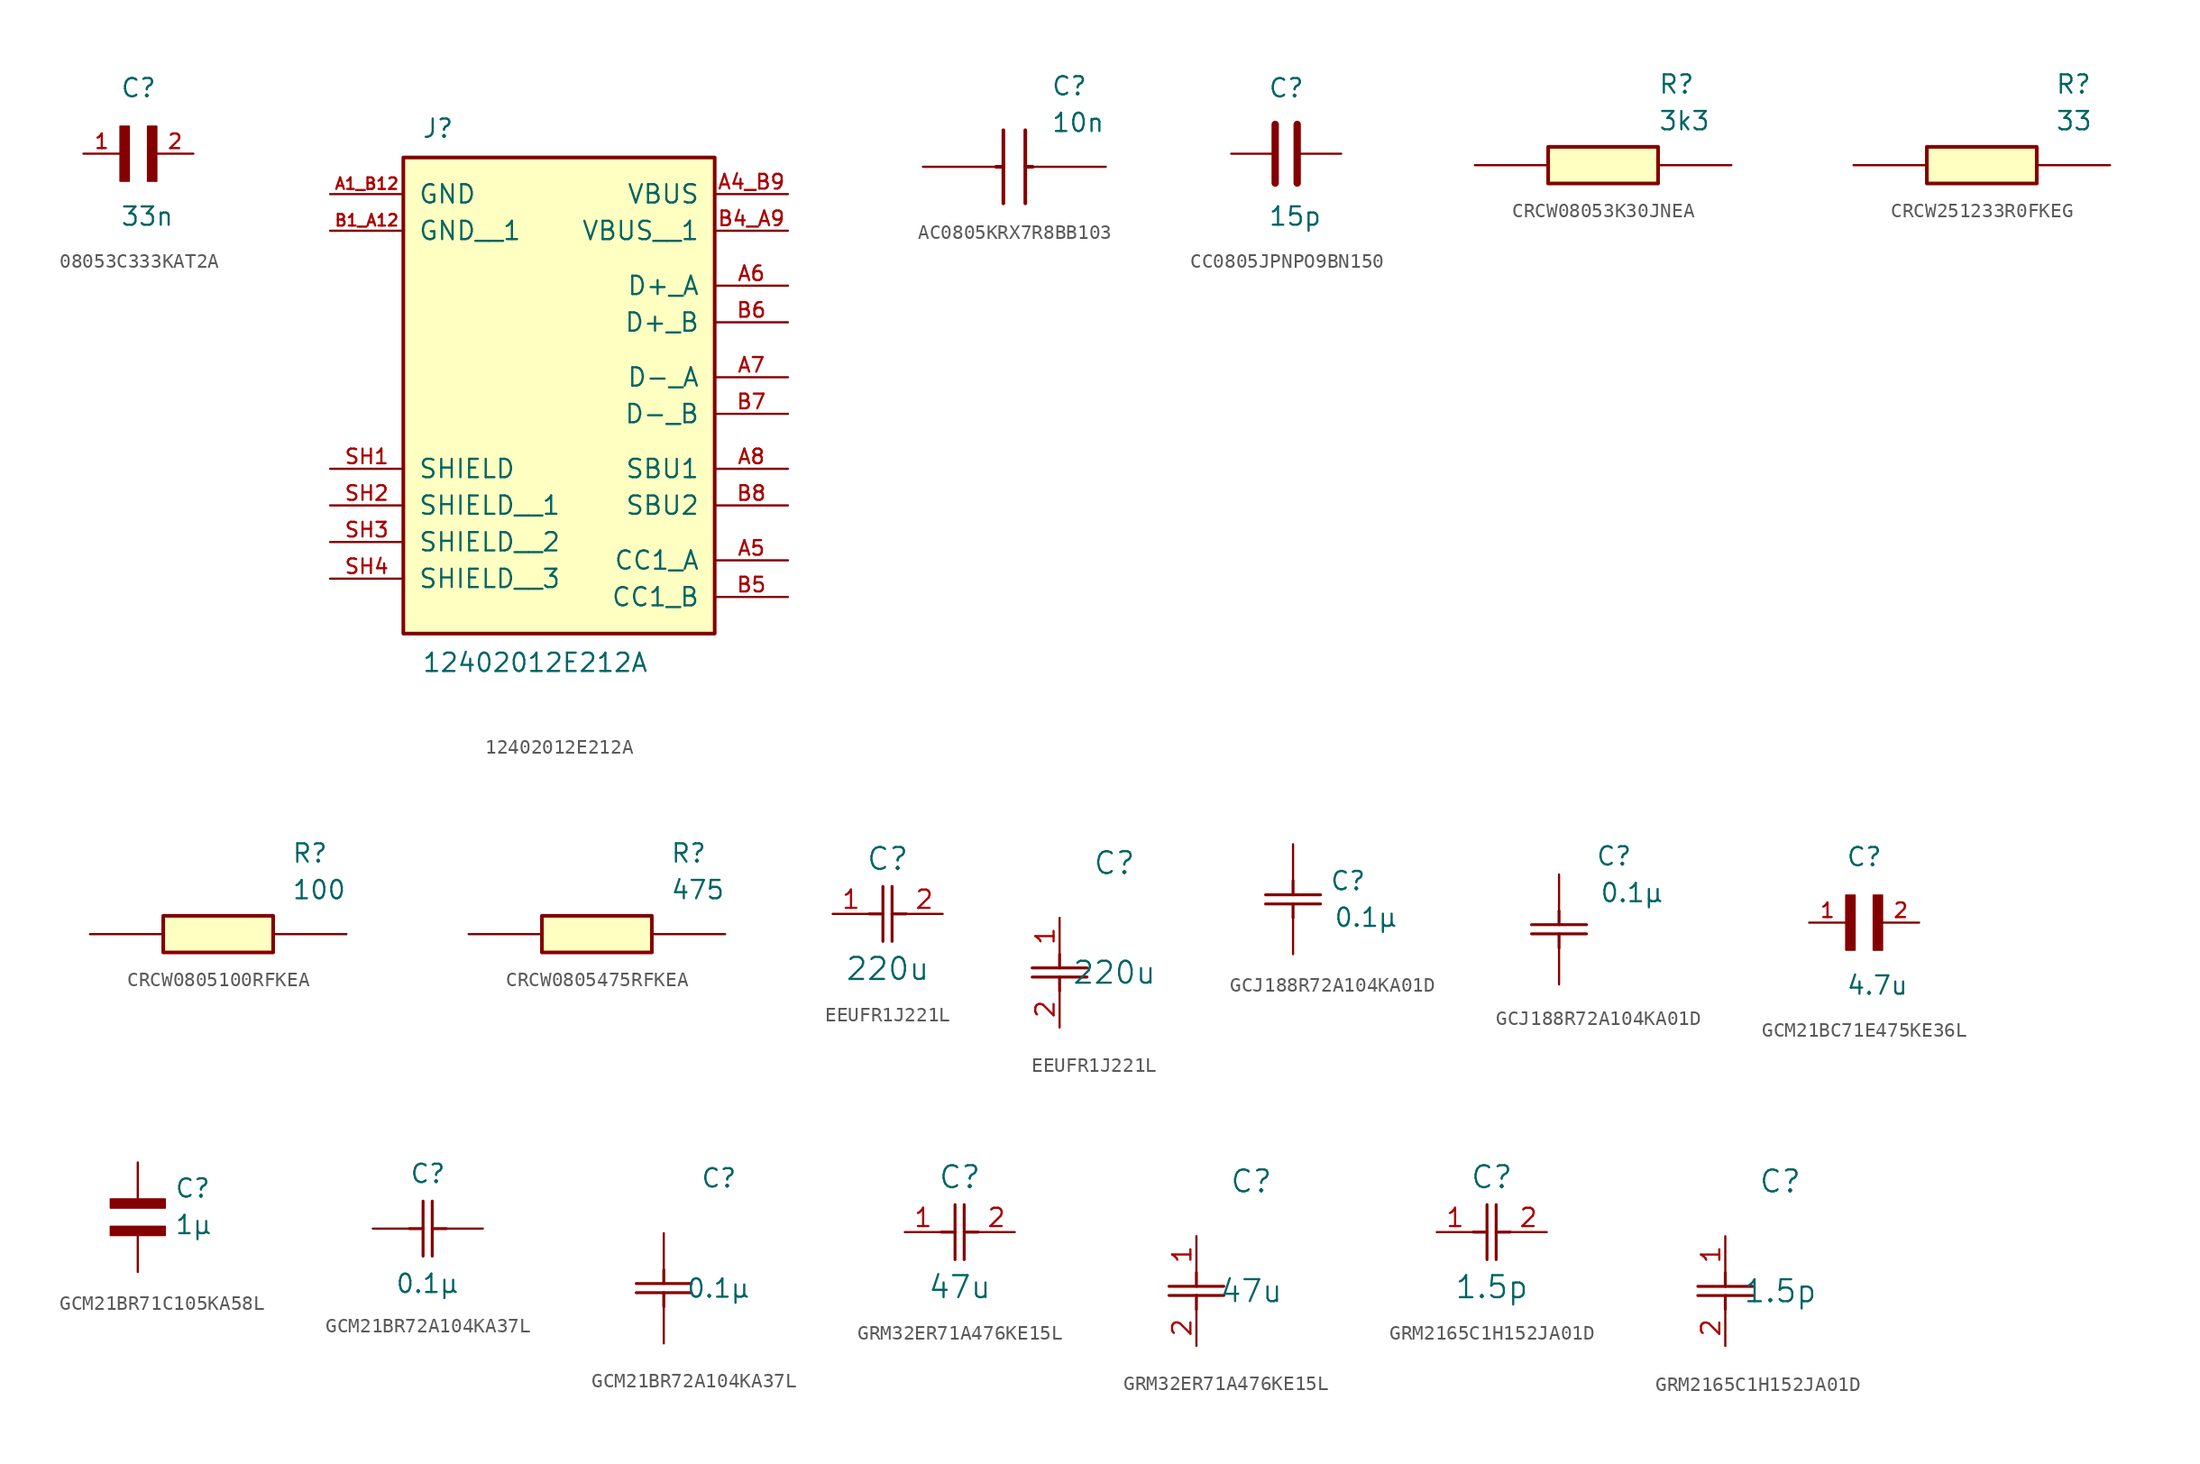
<source format=kicad_sym>
(kicad_symbol_lib
  (version 20220914)
  (generator kicad_symbol_editor)
  (symbol "08053C333KAT2A"
    (pin_names
      (offset 1.016))
    (property "Reference" "C"
      (at 0 3.811 0)
      (effects (font (size 1.27 1.27)) (justify left bottom)))
    (property "Value" "33n"
      (at 0 -5.088 0)
      (effects (font (size 1.27 1.27)) (justify left bottom)))
    (symbol "08053C333KAT2A_0_0"
      (rectangle (start 0 -1.907) (end 0.635 1.905) (stroke (width 0.1) (type default)) (fill (type outline)))
      (rectangle (start 1.907 -1.907) (end 2.54 1.905) (stroke (width 0.1) (type default)) (fill (type outline)))
      (pin passive line (at -2.54 0 0) (length 2.54) (name "~" (effects (font (size 1.016 1.016)))) (number "1" (effects (font (size 1.016 1.016)))))
      (pin passive line (at 5.08 0 180) (length 2.54) (name "~" (effects (font (size 1.016 1.016)))) (number "2" (effects (font (size 1.016 1.016)))))))
  (symbol "12402012E212A"
    (pin_names
      (offset 1.016))
    (property "Reference" "J"
      (at -7.62 8.89 0)
      (effects (font (size 1.27 1.27)) (justify left bottom)))
    (property "Value" "12402012E212A"
      (at -7.62 -26.67 0)
      (effects (font (size 1.27 1.27)) (justify left top)))
    (symbol "12402012E212A_0_0"
      (rectangle (start -8.89 7.62) (end 12.7 -25.4) (stroke (width 0.254) (type default)) (fill (type background))))
    (symbol "12402012E212A_1_0"
      (pin power_in line (at -13.97 5.08 0) (length 5.08) (name "GND" (effects (font (size 1.27 1.27)))) (number "A1_B12" (effects (font (size 0.8 0.8)))))
      (pin power_in line (at 17.78 5.08 180) (length 5.08) (name "VBUS" (effects (font (size 1.27 1.27)))) (number "A4_B9" (effects (font (size 1.016 1.016)))))
      (pin bidirectional line (at 17.78 -20.32 180) (length 5.08) (name "CC1_A" (effects (font (size 1.27 1.27)))) (number "A5" (effects (font (size 1.016 1.016)))))
      (pin bidirectional line (at 17.78 -1.27 180) (length 5.08) (name "D+_A" (effects (font (size 1.27 1.27)))) (number "A6" (effects (font (size 1.016 1.016)))))
      (pin bidirectional line (at 17.78 -7.62 180) (length 5.08) (name "D-_A" (effects (font (size 1.27 1.27)))) (number "A7" (effects (font (size 1.016 1.016)))))
      (pin bidirectional line (at 17.78 -13.97 180) (length 5.08) (name "SBU1" (effects (font (size 1.27 1.27)))) (number "A8" (effects (font (size 1.016 1.016)))))
      (pin power_in line (at -13.97 2.54 0) (length 5.08) (name "GND__1" (effects (font (size 1.27 1.27)))) (number "B1_A12" (effects (font (size 0.8 0.8)))))
      (pin power_in line (at 17.78 2.54 180) (length 5.08) (name "VBUS__1" (effects (font (size 1.27 1.27)))) (number "B4_A9" (effects (font (size 1.016 1.016)))))
      (pin bidirectional line (at 17.78 -22.86 180) (length 5.08) (name "CC1_B" (effects (font (size 1.27 1.27)))) (number "B5" (effects (font (size 1.016 1.016)))))
      (pin bidirectional line (at 17.78 -3.81 180) (length 5.08) (name "D+_B" (effects (font (size 1.27 1.27)))) (number "B6" (effects (font (size 1.016 1.016)))))
      (pin bidirectional line (at 17.78 -10.16 180) (length 5.08) (name "D-_B" (effects (font (size 1.27 1.27)))) (number "B7" (effects (font (size 1.016 1.016)))))
      (pin bidirectional line (at 17.78 -16.51 180) (length 5.08) (name "SBU2" (effects (font (size 1.27 1.27)))) (number "B8" (effects (font (size 1.016 1.016)))))
      (pin passive line (at -13.97 -13.97 0) (length 5.08) (name "SHIELD" (effects (font (size 1.27 1.27)))) (number "SH1" (effects (font (size 1.016 1.016)))))
      (pin passive line (at -13.97 -16.51 0) (length 5.08) (name "SHIELD__1" (effects (font (size 1.27 1.27)))) (number "SH2" (effects (font (size 1.016 1.016)))))
      (pin passive line (at -13.97 -19.05 0) (length 5.08) (name "SHIELD__2" (effects (font (size 1.27 1.27)))) (number "SH3" (effects (font (size 1.016 1.016)))))
      (pin passive line (at -13.97 -21.59 0) (length 5.08) (name "SHIELD__3" (effects (font (size 1.27 1.27)))) (number "SH4" (effects (font (size 1.016 1.016)))))))
  (symbol "AC0805KRX7R8BB103"
    (pin_numbers hide)
    (pin_names
      (offset 0) hide)
    (property "Reference" "C"
      (at 8.89 6.35 0)
      (effects (font (size 1.27 1.27)) (justify left top)))
    (property "Value" "10n"
      (at 8.89 3.81 0)
      (effects (font (size 1.27 1.27)) (justify left top)))
    (symbol "AC0805KRX7R8BB103_1_1"
      (polyline (pts (xy 5.08 0) (xy 5.588 0)) (stroke (width 0.254) (type default)) (fill (type none)))
      (polyline (pts (xy 5.588 2.54) (xy 5.588 -2.54)) (stroke (width 0.254) (type default)) (fill (type none)))
      (polyline (pts (xy 7.112 0) (xy 7.62 0)) (stroke (width 0.254) (type default)) (fill (type none)))
      (polyline (pts (xy 7.112 2.54) (xy 7.112 -2.54)) (stroke (width 0.254) (type default)) (fill (type none)))
      (pin passive line (at 0 0 0) (length 5.08) (name "1" (effects (font (size 1.27 1.27)))) (number "1" (effects (font (size 1.27 1.27)))))
      (pin passive line (at 12.7 0 180) (length 5.08) (name "2" (effects (font (size 1.27 1.27)))) (number "2" (effects (font (size 1.27 1.27)))))))
  (symbol "CC0805JPNPO9BN150"
    (pin_numbers hide)
    (pin_names
      (offset 0) hide)
    (property "Reference" "C"
      (at -1.27 3.81 0)
      (effects (font (size 1.27 1.27)) (justify left bottom)))
    (property "Value" "15p"
      (at -1.27 -5.08 0)
      (effects (font (size 1.27 1.27)) (justify left bottom)))
    (symbol "CC0805JPNPO9BN150_0_1"
      (polyline (pts (xy -0.762 -2.032) (xy -0.762 2.032)) (stroke (width 0.508) (type default)) (fill (type none)))
      (polyline (pts (xy 0.762 -2.032) (xy 0.762 2.032)) (stroke (width 0.508) (type default)) (fill (type none))))
    (symbol "CC0805JPNPO9BN150_1_1"
      (pin passive line (at -3.81 0 0) (length 2.794) (name "~" (effects (font (size 1.27 1.27)))) (number "1" (effects (font (size 1.27 1.27)))))
      (pin passive line (at 3.81 0 180) (length 2.794) (name "~" (effects (font (size 1.27 1.27)))) (number "2" (effects (font (size 1.27 1.27)))))))
  (symbol "CRCW08053K30JNEA"
    (pin_numbers hide)
    (pin_names
      (offset 0) hide)
    (property "Reference" "R"
      (at 12.7 6.35 0)
      (effects (font (size 1.27 1.27)) (justify left top)))
    (property "Value" "3k3"
      (at 12.7 3.81 0)
      (effects (font (size 1.27 1.27)) (justify left top)))
    (symbol "CRCW08053K30JNEA_1_1"
      (rectangle (start 5.08 1.27) (end 12.7 -1.27) (stroke (width 0.254) (type default)) (fill (type background)))
      (pin passive line (at 0 0 0) (length 5.08) (name "1" (effects (font (size 1.27 1.27)))) (number "1" (effects (font (size 1.27 1.27)))))
      (pin passive line (at 17.78 0 180) (length 5.08) (name "2" (effects (font (size 1.27 1.27)))) (number "2" (effects (font (size 1.27 1.27)))))))
  (symbol "CRCW251233R0FKEG"
    (pin_numbers hide)
    (pin_names
      (offset 0) hide)
    (property "Reference" "R"
      (at 13.97 6.35 0)
      (effects (font (size 1.27 1.27)) (justify left top)))
    (property "Value" "33"
      (at 13.97 3.81 0)
      (effects (font (size 1.27 1.27)) (justify left top)))
    (symbol "CRCW251233R0FKEG_1_1"
      (rectangle (start 5.08 1.27) (end 12.7 -1.27) (stroke (width 0.254) (type default)) (fill (type background)))
      (pin passive line (at 0 0 0) (length 5.08) (name "1" (effects (font (size 1.27 1.27)))) (number "1" (effects (font (size 1.27 1.27)))))
      (pin passive line (at 17.78 0 180) (length 5.08) (name "2" (effects (font (size 1.27 1.27)))) (number "2" (effects (font (size 1.27 1.27)))))))
  (symbol "CRCW0805100RFKEA"
    (pin_numbers hide)
    (pin_names
      (offset 0) hide)
    (property "Reference" "R"
      (at 13.97 6.35 0)
      (effects (font (size 1.27 1.27)) (justify left top)))
    (property "Value" "100"
      (at 13.97 3.81 0)
      (effects (font (size 1.27 1.27)) (justify left top)))
    (symbol "CRCW0805100RFKEA_1_1"
      (rectangle (start 5.08 1.27) (end 12.7 -1.27) (stroke (width 0.254) (type default)) (fill (type background)))
      (pin passive line (at 0 0 0) (length 5.08) (name "1" (effects (font (size 1.27 1.27)))) (number "1" (effects (font (size 1.27 1.27)))))
      (pin passive line (at 17.78 0 180) (length 5.08) (name "2" (effects (font (size 1.27 1.27)))) (number "2" (effects (font (size 1.27 1.27)))))))
  (symbol "CRCW0805475RFKEA"
    (pin_numbers hide)
    (pin_names
      (offset 0) hide)
    (property "Reference" "R"
      (at 13.97 6.35 0)
      (effects (font (size 1.27 1.27)) (justify left top)))
    (property "Value" "475"
      (at 13.97 3.81 0)
      (effects (font (size 1.27 1.27)) (justify left top)))
    (symbol "CRCW0805475RFKEA_1_1"
      (rectangle (start 5.08 1.27) (end 12.7 -1.27) (stroke (width 0.254) (type default)) (fill (type background)))
      (pin passive line (at 0 0 0) (length 5.08) (name "1" (effects (font (size 1.27 1.27)))) (number "1" (effects (font (size 1.27 1.27)))))
      (pin passive line (at 17.78 0 180) (length 5.08) (name "2" (effects (font (size 1.27 1.27)))) (number "2" (effects (font (size 1.27 1.27)))))))
  (symbol "EEUFR1J221L"
    (pin_names
      (offset 0.254))
    (property "Reference" "C"
      (at 3.81 3.81 0)
      (effects (font (size 1.524 1.524))))
    (property "Value" "220u"
      (at 3.81 -3.81 0)
      (effects (font (size 1.524 1.524))))
    (symbol "EEUFR1J221L_1_1"
      (polyline (pts (xy 2.54 0) (xy 3.48 0)) (stroke (width 0.203) (type default)) (fill (type none)))
      (polyline (pts (xy 3.48 -1.905) (xy 3.48 1.905)) (stroke (width 0.203) (type default)) (fill (type none)))
      (polyline (pts (xy 4.115 -1.905) (xy 4.115 1.905)) (stroke (width 0.203) (type default)) (fill (type none)))
      (polyline (pts (xy 4.115 0) (xy 5.08 0)) (stroke (width 0.203) (type default)) (fill (type none)))
      (pin unspecified line (at 0 0 0) (length 2.54) (name "" (effects (font (size 1.27 1.27)))) (number "1" (effects (font (size 1.27 1.27)))))
      (pin unspecified line (at 7.62 0 180) (length 2.54) (name "" (effects (font (size 1.27 1.27)))) (number "2" (effects (font (size 1.27 1.27))))))
    (symbol "EEUFR1J221L_1_2"
      (polyline (pts (xy -1.905 -4.115) (xy 1.905 -4.115)) (stroke (width 0.203) (type default)) (fill (type none)))
      (polyline (pts (xy -1.905 -3.48) (xy 1.905 -3.48)) (stroke (width 0.203) (type default)) (fill (type none)))
      (polyline (pts (xy 0 -4.115) (xy 0 -5.08)) (stroke (width 0.203) (type default)) (fill (type none)))
      (polyline (pts (xy 0 -2.54) (xy 0 -3.48)) (stroke (width 0.203) (type default)) (fill (type none)))
      (pin unspecified line (at 0 0 270) (length 2.54) (name "" (effects (font (size 1.27 1.27)))) (number "1" (effects (font (size 1.27 1.27)))))
      (pin unspecified line (at 0 -7.62 90) (length 2.54) (name "" (effects (font (size 1.27 1.27)))) (number "2" (effects (font (size 1.27 1.27)))))))
  (symbol "GCJ188R72A104KA01D"
    (pin_numbers hide)
    (pin_names
      (offset 0) hide)
    (property "Reference" "C"
      (at 3.81 1.27 0)
      (effects (font (size 1.27 1.27))))
    (property "Value" "0.1µ"
      (at 5.08 -1.27 0)
      (effects (font (size 1.27 1.27))))
    (symbol "GCJ188R72A104KA01D_1_1"
      (polyline (pts (xy 0 -1.27) (xy 0 -0.33)) (stroke (width 0.203) (type default)) (fill (type none)))
      (polyline (pts (xy 0 0.305) (xy 0 1.27)) (stroke (width 0.203) (type default)) (fill (type none)))
      (polyline (pts (xy 1.905 -0.33) (xy -1.905 -0.33)) (stroke (width 0.203) (type default)) (fill (type none)))
      (polyline (pts (xy 1.905 0.305) (xy -1.905 0.305)) (stroke (width 0.203) (type default)) (fill (type none)))
      (pin passive line (at 0 -3.81 90) (length 2.54) (name "" (effects (font (size 1.27 1.27)))) (number "1" (effects (font (size 1.27 1.27)))))
      (pin passive line (at 0 3.81 270) (length 2.54) (name "" (effects (font (size 1.27 1.27)))) (number "2" (effects (font (size 1.27 1.27))))))
    (symbol "GCJ188R72A104KA01D_1_2"
      (polyline (pts (xy -1.905 -4.115) (xy 1.905 -4.115)) (stroke (width 0.203) (type default)) (fill (type none)))
      (polyline (pts (xy -1.905 -3.48) (xy 1.905 -3.48)) (stroke (width 0.203) (type default)) (fill (type none)))
      (polyline (pts (xy 0 -4.115) (xy 0 -5.08)) (stroke (width 0.203) (type default)) (fill (type none)))
      (polyline (pts (xy 0 -2.54) (xy 0 -3.48)) (stroke (width 0.203) (type default)) (fill (type none)))
      (pin unspecified line (at 0 0 270) (length 2.54) (name "" (effects (font (size 1.27 1.27)))) (number "1" (effects (font (size 1.27 1.27)))))
      (pin unspecified line (at 0 -7.62 90) (length 2.54) (name "" (effects (font (size 1.27 1.27)))) (number "2" (effects (font (size 1.27 1.27)))))))
  (symbol "GCM21BC71E475KE36L"
    (pin_names
      (offset 1.016))
    (property "Reference" "C"
      (at 0 3.811 0)
      (effects (font (size 1.27 1.27)) (justify left bottom)))
    (property "Value" "4.7u"
      (at 0 -5.088 0)
      (effects (font (size 1.27 1.27)) (justify left bottom)))
    (symbol "GCM21BC71E475KE36L_0_0"
      (rectangle (start 0 -1.907) (end 0.635 1.905) (stroke (width 0.1) (type default)) (fill (type outline)))
      (rectangle (start 1.907 -1.907) (end 2.54 1.905) (stroke (width 0.1) (type default)) (fill (type outline)))
      (pin passive line (at -2.54 0 0) (length 2.54) (name "~" (effects (font (size 1.016 1.016)))) (number "1" (effects (font (size 1.016 1.016)))))
      (pin passive line (at 5.08 0 180) (length 2.54) (name "~" (effects (font (size 1.016 1.016)))) (number "2" (effects (font (size 1.016 1.016)))))))
  (symbol "GCM21BR71C105KA58L"
    (pin_numbers hide)
    (pin_names
      (offset 0) hide)
    (property "Reference" "C"
      (at 2.54 1.27 0)
      (effects (font (size 1.27 1.27)) (justify left bottom)))
    (property "Value" "1µ"
      (at 2.54 -1.27 0)
      (effects (font (size 1.27 1.27)) (justify left bottom)))
    (symbol "GCM21BR71C105KA58L_0_0"
      (rectangle (start -1.905 1.27) (end 1.907 0.637) (stroke (width 0.1) (type default)) (fill (type outline)))
      (rectangle (start 1.907 -1.27) (end -1.905 -0.635) (stroke (width 0.1) (type default)) (fill (type outline)))
      (pin passive line (at 0 -3.81 90) (length 2.54) (name "~" (effects (font (size 1.016 1.016)))) (number "1" (effects (font (size 1.016 1.016)))))
      (pin passive line (at 0 3.81 270) (length 2.54) (name "~" (effects (font (size 1.016 1.016)))) (number "2" (effects (font (size 1.016 1.016)))))))
  (symbol "GCM21BR72A104KA37L"
    (pin_numbers hide)
    (pin_names
      (offset 0) hide)
    (property "Reference" "C"
      (at 3.81 3.81 0)
      (effects (font (size 1.27 1.27))))
    (property "Value" "0.1µ"
      (at 3.81 -3.81 0)
      (effects (font (size 1.27 1.27))))
    (symbol "GCM21BR72A104KA37L_1_1"
      (polyline (pts (xy 2.54 0) (xy 3.48 0)) (stroke (width 0.203) (type default)) (fill (type none)))
      (polyline (pts (xy 3.48 -1.905) (xy 3.48 1.905)) (stroke (width 0.203) (type default)) (fill (type none)))
      (polyline (pts (xy 4.115 -1.905) (xy 4.115 1.905)) (stroke (width 0.203) (type default)) (fill (type none)))
      (polyline (pts (xy 4.115 0) (xy 5.08 0)) (stroke (width 0.203) (type default)) (fill (type none)))
      (pin unspecified line (at 0 0 0) (length 2.54) (name "" (effects (font (size 1.27 1.27)))) (number "1" (effects (font (size 1.27 1.27)))))
      (pin unspecified line (at 7.62 0 180) (length 2.54) (name "" (effects (font (size 1.27 1.27)))) (number "2" (effects (font (size 1.27 1.27))))))
    (symbol "GCM21BR72A104KA37L_1_2"
      (polyline (pts (xy -1.905 -4.115) (xy 1.905 -4.115)) (stroke (width 0.203) (type default)) (fill (type none)))
      (polyline (pts (xy -1.905 -3.48) (xy 1.905 -3.48)) (stroke (width 0.203) (type default)) (fill (type none)))
      (polyline (pts (xy 0 -4.115) (xy 0 -5.08)) (stroke (width 0.203) (type default)) (fill (type none)))
      (polyline (pts (xy 0 -2.54) (xy 0 -3.48)) (stroke (width 0.203) (type default)) (fill (type none)))
      (pin unspecified line (at 0 0 270) (length 2.54) (name "" (effects (font (size 1.27 1.27)))) (number "1" (effects (font (size 1.27 1.27)))))
      (pin unspecified line (at 0 -7.62 90) (length 2.54) (name "" (effects (font (size 1.27 1.27)))) (number "2" (effects (font (size 1.27 1.27)))))))
  (symbol "GRM32ER71A476KE15L"
    (pin_names
      (offset 0.254))
    (property "Reference" "C"
      (at 3.81 3.81 0)
      (effects (font (size 1.524 1.524))))
    (property "Value" "47u"
      (at 3.81 -3.81 0)
      (effects (font (size 1.524 1.524))))
    (symbol "GRM32ER71A476KE15L_1_1"
      (polyline (pts (xy 2.54 0) (xy 3.48 0)) (stroke (width 0.203) (type default)) (fill (type none)))
      (polyline (pts (xy 3.48 -1.905) (xy 3.48 1.905)) (stroke (width 0.203) (type default)) (fill (type none)))
      (polyline (pts (xy 4.115 -1.905) (xy 4.115 1.905)) (stroke (width 0.203) (type default)) (fill (type none)))
      (polyline (pts (xy 4.115 0) (xy 5.08 0)) (stroke (width 0.203) (type default)) (fill (type none)))
      (pin unspecified line (at 0 0 0) (length 2.54) (name "" (effects (font (size 1.27 1.27)))) (number "1" (effects (font (size 1.27 1.27)))))
      (pin unspecified line (at 7.62 0 180) (length 2.54) (name "" (effects (font (size 1.27 1.27)))) (number "2" (effects (font (size 1.27 1.27))))))
    (symbol "GRM32ER71A476KE15L_1_2"
      (polyline (pts (xy -1.905 -4.115) (xy 1.905 -4.115)) (stroke (width 0.203) (type default)) (fill (type none)))
      (polyline (pts (xy -1.905 -3.48) (xy 1.905 -3.48)) (stroke (width 0.203) (type default)) (fill (type none)))
      (polyline (pts (xy 0 -4.115) (xy 0 -5.08)) (stroke (width 0.203) (type default)) (fill (type none)))
      (polyline (pts (xy 0 -2.54) (xy 0 -3.48)) (stroke (width 0.203) (type default)) (fill (type none)))
      (pin unspecified line (at 0 0 270) (length 2.54) (name "" (effects (font (size 1.27 1.27)))) (number "1" (effects (font (size 1.27 1.27)))))
      (pin unspecified line (at 0 -7.62 90) (length 2.54) (name "" (effects (font (size 1.27 1.27)))) (number "2" (effects (font (size 1.27 1.27)))))))
  (symbol "GRM2165C1H152JA01D"
    (pin_names
      (offset 0.254))
    (property "Reference" "C"
      (at 3.81 3.81 0)
      (effects (font (size 1.524 1.524))))
    (property "Value" "1.5p"
      (at 3.81 -3.81 0)
      (effects (font (size 1.524 1.524))))
    (symbol "GRM2165C1H152JA01D_1_1"
      (polyline (pts (xy 2.54 0) (xy 3.48 0)) (stroke (width 0.203) (type default)) (fill (type none)))
      (polyline (pts (xy 3.48 -1.905) (xy 3.48 1.905)) (stroke (width 0.203) (type default)) (fill (type none)))
      (polyline (pts (xy 4.115 -1.905) (xy 4.115 1.905)) (stroke (width 0.203) (type default)) (fill (type none)))
      (polyline (pts (xy 4.115 0) (xy 5.08 0)) (stroke (width 0.203) (type default)) (fill (type none)))
      (pin unspecified line (at 0 0 0) (length 2.54) (name "" (effects (font (size 1.27 1.27)))) (number "1" (effects (font (size 1.27 1.27)))))
      (pin unspecified line (at 7.62 0 180) (length 2.54) (name "" (effects (font (size 1.27 1.27)))) (number "2" (effects (font (size 1.27 1.27))))))
    (symbol "GRM2165C1H152JA01D_1_2"
      (polyline (pts (xy -1.905 -4.115) (xy 1.905 -4.115)) (stroke (width 0.203) (type default)) (fill (type none)))
      (polyline (pts (xy -1.905 -3.48) (xy 1.905 -3.48)) (stroke (width 0.203) (type default)) (fill (type none)))
      (polyline (pts (xy 0 -4.115) (xy 0 -5.08)) (stroke (width 0.203) (type default)) (fill (type none)))
      (polyline (pts (xy 0 -2.54) (xy 0 -3.48)) (stroke (width 0.203) (type default)) (fill (type none)))
      (pin unspecified line (at 0 0 270) (length 2.54) (name "" (effects (font (size 1.27 1.27)))) (number "1" (effects (font (size 1.27 1.27)))))
      (pin unspecified line (at 0 -7.62 90) (length 2.54) (name "" (effects (font (size 1.27 1.27)))) (number "2" (effects (font (size 1.27 1.27))))))))
</source>
